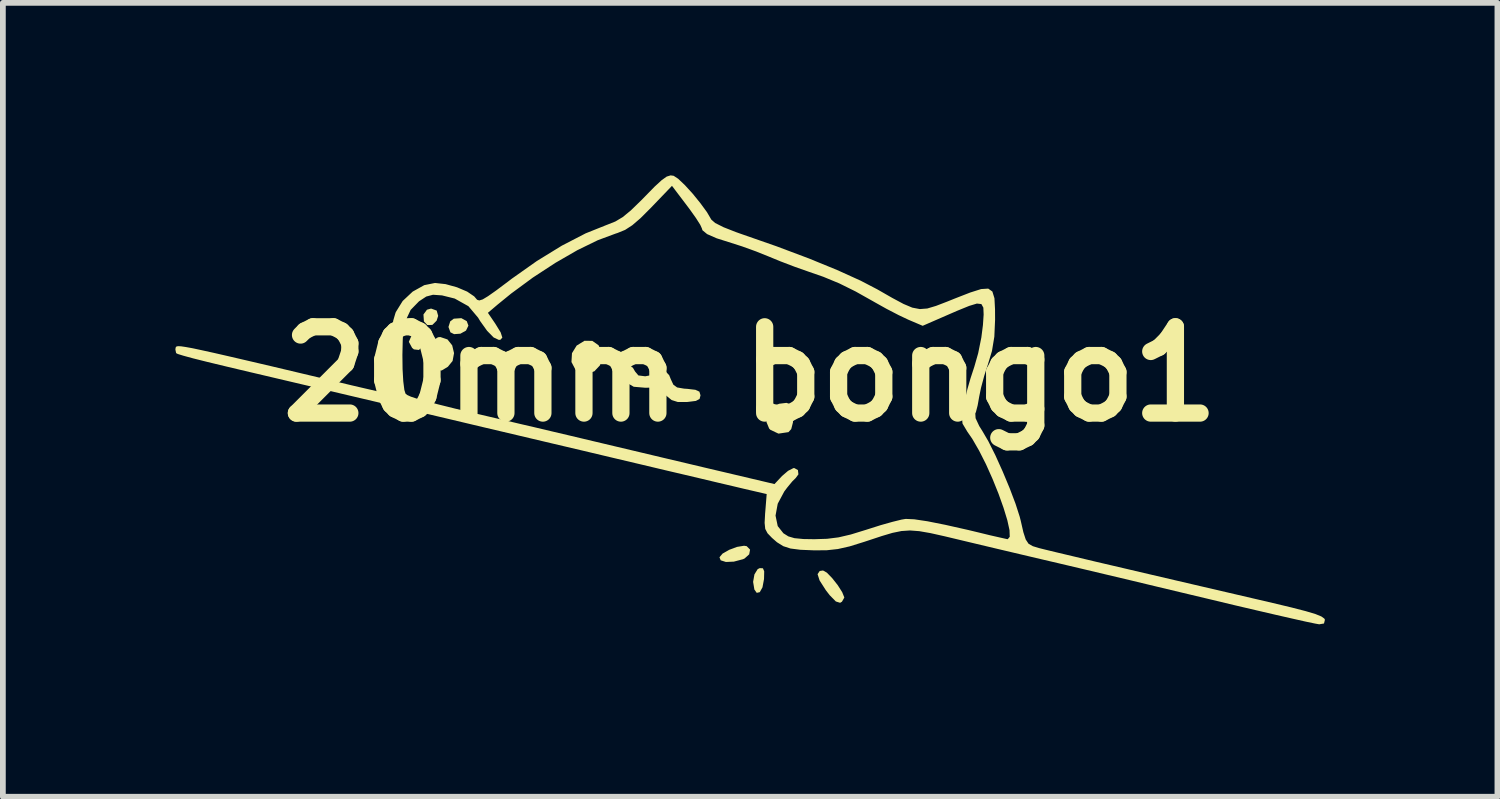
<source format=kicad_pcb>
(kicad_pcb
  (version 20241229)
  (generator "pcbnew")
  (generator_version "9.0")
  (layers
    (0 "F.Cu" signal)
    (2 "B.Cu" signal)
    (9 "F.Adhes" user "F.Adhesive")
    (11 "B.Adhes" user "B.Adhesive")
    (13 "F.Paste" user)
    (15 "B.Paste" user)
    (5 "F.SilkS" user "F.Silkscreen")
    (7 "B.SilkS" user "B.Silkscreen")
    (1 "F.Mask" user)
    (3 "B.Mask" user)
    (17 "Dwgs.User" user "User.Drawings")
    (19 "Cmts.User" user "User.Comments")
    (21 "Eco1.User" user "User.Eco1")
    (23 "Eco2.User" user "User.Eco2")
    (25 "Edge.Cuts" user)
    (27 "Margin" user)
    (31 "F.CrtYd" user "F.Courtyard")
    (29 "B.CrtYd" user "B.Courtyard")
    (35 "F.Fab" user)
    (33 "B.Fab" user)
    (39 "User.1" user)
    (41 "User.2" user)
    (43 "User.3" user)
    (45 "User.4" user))
  (footprint "20mm bongo1"
    (layer "F.Cu")
    (at 9.998 3.455)
    (property "Reference" "20mm bongo1" (at 0 0 0) (layer "F.SilkS") (effects (font (size 1.5 1.5) (thickness 0.3))))
    (attr board_only exclude_from_pos_files exclude_from_bom)
    (fp_poly (pts (xy -5.454 -1.104) (xy -5.428 -1.012) (xy -5.455 -0.928) (xy -5.53 -0.854) (xy -5.618 -0.853) (xy -5.676 -0.916) (xy -5.684 -1.036) (xy -5.623 -1.119) (xy -5.551 -1.139)) (stroke (width 0) (type solid)) (fill yes) (layer "F.SilkS"))
    (fp_poly (pts (xy -5.672 -0.648) (xy -5.655 -0.555) (xy -5.676 -0.506) (xy -5.762 -0.419) (xy -5.85 -0.429) (xy -5.881 -0.455) (xy -5.938 -0.56) (xy -5.898 -0.654) (xy -5.848 -0.69) (xy -5.745 -0.704)) (stroke (width 0) (type solid)) (fill yes) (layer "F.SilkS"))
    (fp_poly (pts (xy -4.931 -0.92) (xy -4.902 -0.842) (xy -4.944 -0.756) (xy -5.041 -0.702) (xy -5.151 -0.694) (xy -5.215 -0.726) (xy -5.249 -0.819) (xy -5.218 -0.917) (xy -5.156 -0.963) (xy -5.025 -0.972)) (stroke (width 0) (type solid)) (fill yes) (layer "F.SilkS"))
    (fp_poly (pts (xy 0.22 3.378) (xy 0.242 3.431) (xy 0.239 3.557) (xy 0.238 3.569) (xy 0.212 3.709) (xy 0.165 3.793) (xy 0.112 3.805) (xy 0.071 3.747) (xy 0.049 3.614) (xy 0.072 3.484) (xy 0.128 3.393) (xy 0.164 3.375)) (stroke (width 0) (type solid)) (fill yes) (layer "F.SilkS"))
    (fp_poly (pts (xy -2.747 -0.577) (xy -2.638 -0.5) (xy -2.579 -0.358) (xy -2.575 -0.301) (xy -2.614 -0.152) (xy -2.712 -0.048) (xy -2.843 -0.004) (xy -2.979 -0.031) (xy -3.041 -0.078) (xy -3.11 -0.209) (xy -3.101 -0.363) (xy -3.02 -0.495) (xy -2.883 -0.579)) (stroke (width 0) (type solid)) (fill yes) (layer "F.SilkS"))
    (fp_poly (pts (xy -0.063 2.993) (xy -0.004 3.053) (xy -0.019 3.135) (xy -0.099 3.207) (xy -0.127 3.22) (xy -0.286 3.262) (xy -0.424 3.268) (xy -0.515 3.239) (xy -0.536 3.186) (xy -0.482 3.122) (xy -0.368 3.057) (xy -0.231 3.006) (xy -0.109 2.986)) (stroke (width 0) (type solid)) (fill yes) (layer "F.SilkS"))
    (fp_poly (pts (xy -5.266 -0.602) (xy -5.184 -0.499) (xy -5.152 -0.364) (xy -5.177 -0.228) (xy -5.259 -0.127) (xy -5.367 -0.062) (xy -5.438 -0.067) (xy -5.509 -0.147) (xy -5.518 -0.16) (xy -5.585 -0.312) (xy -5.589 -0.46) (xy -5.534 -0.578) (xy -5.43 -0.64) (xy -5.391 -0.644)) (stroke (width 0) (type solid)) (fill yes) (layer "F.SilkS"))
    (fp_poly (pts (xy 0.665 0.512) (xy 0.719 0.579) (xy 0.744 0.701) (xy 0.742 0.841) (xy 0.712 0.957) (xy 0.664 1.01) (xy 0.49 1.036) (xy 0.35 0.97) (xy 0.328 0.948) (xy 0.281 0.834) (xy 0.306 0.707) (xy 0.385 0.593) (xy 0.499 0.517) (xy 0.628 0.501)) (stroke (width 0) (type solid)) (fill yes) (layer "F.SilkS"))
    (fp_poly (pts (xy 1.332 3.454) (xy 1.424 3.549) (xy 1.521 3.672) (xy 1.598 3.793) (xy 1.634 3.882) (xy 1.634 3.889) (xy 1.594 3.959) (xy 1.562 3.978) (xy 1.488 3.955) (xy 1.38 3.845) (xy 1.313 3.758) (xy 1.205 3.589) (xy 1.17 3.48) (xy 1.207 3.425) (xy 1.265 3.416)) (stroke (width 0) (type solid)) (fill yes) (layer "F.SilkS"))
    (fp_poly (pts (xy -2.043 -0.112) (xy -2.004 -0.045) (xy -1.946 0.024) (xy -1.827 0.039) (xy -1.637 0.002) (xy -1.547 -0.026) (xy -1.463 -0.035) (xy -1.411 0.019) (xy -1.382 0.091) (xy -1.338 0.185) (xy -1.272 0.233) (xy -1.15 0.254) (xy -1.098 0.257) (xy -0.954 0.274) (xy -0.885 0.306) (xy -0.867 0.366) (xy -0.866 0.371) (xy -0.882 0.433) (xy -0.946 0.467) (xy -1.081 0.484) (xy -1.103 0.486) (xy -1.261 0.486) (xy -1.368 0.452) (xy -1.47 0.369) (xy -1.477 0.362) (xy -1.589 0.27) (xy -1.705 0.236) (xy -1.828 0.238) (xy -2.027 0.221) (xy -2.163 0.142) (xy -2.225 0.008) (xy -2.228 -0.032) (xy -2.195 -0.123) (xy -2.121 -0.15)) (stroke (width 0) (type solid)) (fill yes) (layer "F.SilkS"))
    (fp_poly (pts (xy -1.333 -3.448) (xy -1.254 -3.396) (xy -1.137 -3.285) (xy -1.002 -3.137) (xy -0.869 -2.973) (xy -0.754 -2.816) (xy -0.679 -2.688) (xy -0.678 -2.686) (xy -0.611 -2.627) (xy -0.464 -2.553) (xy -0.253 -2.47) (xy -0.183 -2.445) (xy 0.453 -2.223) (xy 1.02 -2.01) (xy 1.511 -1.809) (xy 1.919 -1.624) (xy 2.207 -1.474) (xy 2.469 -1.324) (xy 2.665 -1.219) (xy 2.817 -1.155) (xy 2.948 -1.13) (xy 3.078 -1.14) (xy 3.229 -1.185) (xy 3.424 -1.26) (xy 3.558 -1.314) (xy 3.825 -1.418) (xy 4.014 -1.478) (xy 4.138 -1.486) (xy 4.21 -1.435) (xy 4.246 -1.318) (xy 4.256 -1.127) (xy 4.257 -0.944) (xy 4.244 -0.65) (xy 4.203 -0.402) (xy 4.135 -0.177) (xy 4.068 0.032) (xy 4.012 0.241) (xy 3.981 0.392) (xy 3.954 0.544) (xy 3.924 0.66) (xy 3.913 0.687) (xy 3.918 0.768) (xy 3.981 0.903) (xy 4.036 0.991) (xy 4.14 1.169) (xy 4.262 1.412) (xy 4.389 1.694) (xy 4.51 1.984) (xy 4.613 2.256) (xy 4.685 2.48) (xy 4.703 2.55) (xy 4.749 2.751) (xy 4.79 2.877) (xy 4.839 2.951) (xy 4.912 2.993) (xy 5.016 3.025) (xy 5.128 3.053) (xy 5.335 3.103) (xy 5.634 3.174) (xy 6.024 3.267) (xy 6.504 3.379) (xy 7.071 3.512) (xy 7.723 3.664) (xy 8.458 3.835) (xy 9.085 3.981) (xy 9.415 4.06) (xy 9.659 4.123) (xy 9.827 4.173) (xy 9.932 4.216) (xy 9.983 4.253) (xy 9.993 4.273) (xy 9.977 4.338) (xy 9.894 4.352) (xy 9.821 4.339) (xy 9.663 4.306) (xy 9.432 4.254) (xy 9.138 4.187) (xy 8.794 4.107) (xy 8.41 4.017) (xy 7.997 3.918) (xy 7.947 3.906) (xy 7.498 3.799) (xy 7.046 3.691) (xy 6.609 3.586) (xy 6.204 3.49) (xy 5.846 3.405) (xy 5.554 3.336) (xy 5.372 3.293) (xy 5.064 3.221) (xy 4.695 3.134) (xy 4.301 3.041) (xy 3.919 2.95) (xy 3.709 2.9) (xy 3.383 2.822) (xy 3.133 2.766) (xy 2.938 2.732) (xy 2.777 2.72) (xy 2.629 2.73) (xy 2.472 2.762) (xy 2.287 2.817) (xy 2.051 2.895) (xy 1.981 2.918) (xy 1.727 2.997) (xy 1.523 3.043) (xy 1.331 3.064) (xy 1.115 3.066) (xy 0.871 3.056) (xy 0.699 3.034) (xy 0.573 2.993) (xy 0.464 2.925) (xy 0.377 2.849) (xy 0.3 2.769) (xy 0.26 2.693) (xy 0.249 2.588) (xy 0.258 2.42) (xy 0.26 2.401) (xy 0.285 2.087) (xy 0.031 2.028) (xy -0.099 1.998) (xy -0.305 1.949) (xy -0.565 1.888) (xy -0.859 1.818) (xy -1.139 1.752) (xy -1.476 1.673) (xy -1.888 1.575) (xy -2.362 1.463) (xy -2.888 1.338) (xy -3.453 1.205) (xy -4.045 1.065) (xy -4.652 0.922) (xy -5.262 0.777) (xy -5.864 0.635) (xy -6.444 0.498) (xy -6.992 0.369) (xy -7.495 0.25) (xy -7.941 0.145) (xy -8.319 0.056) (xy -8.616 -0.014) (xy -8.689 -0.031) (xy -9.111 -0.131) (xy -9.443 -0.211) (xy -9.69 -0.273) (xy -9.859 -0.319) (xy -9.956 -0.349) (xy -9.985 -0.364) (xy -9.998 -0.427) (xy -9.994 -0.457) (xy -9.988 -0.471) (xy -9.975 -0.481) (xy -9.946 -0.485) (xy -9.896 -0.482) (xy -9.816 -0.47) (xy -9.7 -0.449) (xy -9.541 -0.415) (xy -9.332 -0.369) (xy -9.066 -0.308) (xy -8.735 -0.231) (xy -8.333 -0.137) (xy -7.853 -0.023) (xy -7.288 0.111) (xy -6.924 0.198) (xy -6.688 0.253) (xy -6.489 0.299) (xy -6.345 0.332) (xy -6.274 0.346) (xy -6.271 0.347) (xy -6.261 0.3) (xy -6.254 0.174) (xy -6.249 -0.014) (xy -6.248 -0.244) (xy -6.248 -0.26) (xy -6.247 -0.333) (xy -6.05 -0.333) (xy -6.047 -0.086) (xy -6.035 0.125) (xy -6.016 0.276) (xy -5.996 0.34) (xy -5.967 0.364) (xy -5.903 0.393) (xy -5.795 0.429) (xy -5.635 0.474) (xy -5.414 0.531) (xy -5.125 0.603) (xy -4.758 0.69) (xy -4.306 0.796) (xy -4.134 0.836) (xy -3.982 0.872) (xy -3.749 0.926) (xy -3.454 0.996) (xy -3.114 1.076) (xy -2.744 1.164) (xy -2.361 1.255) (xy -2.327 1.263) (xy -1.926 1.358) (xy -1.518 1.455) (xy -1.124 1.548) (xy -0.766 1.633) (xy -0.464 1.704) (xy -0.248 1.755) (xy 0.421 1.913) (xy 0.552 1.773) (xy 0.657 1.683) (xy 0.749 1.636) (xy 0.763 1.634) (xy 0.828 1.669) (xy 0.837 1.744) (xy 0.789 1.809) (xy 0.731 1.866) (xy 0.642 1.974) (xy 0.591 2.042) (xy 0.477 2.255) (xy 0.439 2.462) (xy 0.477 2.644) (xy 0.576 2.769) (xy 0.662 2.823) (xy 0.768 2.854) (xy 0.923 2.869) (xy 1.114 2.872) (xy 1.335 2.865) (xy 1.535 2.84) (xy 1.749 2.79) (xy 2.015 2.708) (xy 2.04 2.7) (xy 2.267 2.628) (xy 2.473 2.57) (xy 2.631 2.531) (xy 2.703 2.519) (xy 2.852 2.526) (xy 3.08 2.56) (xy 3.391 2.622) (xy 3.791 2.712) (xy 3.97 2.755) (xy 4.175 2.805) (xy 4.343 2.843) (xy 4.45 2.867) (xy 4.477 2.872) (xy 4.512 2.83) (xy 4.508 2.715) (xy 4.47 2.542) (xy 4.404 2.326) (xy 4.317 2.082) (xy 4.213 1.824) (xy 4.099 1.569) (xy 3.979 1.332) (xy 3.86 1.126) (xy 3.775 1.003) (xy 3.691 0.862) (xy 3.678 0.738) (xy 3.684 0.706) (xy 3.715 0.557) (xy 3.744 0.396) (xy 3.776 0.261) (xy 3.83 0.074) (xy 3.895 -0.124) (xy 3.963 -0.362) (xy 4.018 -0.635) (xy 4.046 -0.854) (xy 4.058 -1.035) (xy 4.053 -1.155) (xy 4.019 -1.217) (xy 3.941 -1.226) (xy 3.806 -1.185) (xy 3.6 -1.101) (xy 3.457 -1.039) (xy 2.998 -0.839) (xy 2.749 -0.945) (xy 2.58 -1.025) (xy 2.37 -1.134) (xy 2.164 -1.249) (xy 2.154 -1.255) (xy 1.83 -1.437) (xy 1.547 -1.577) (xy 1.269 -1.692) (xy 1.015 -1.78) (xy 0.779 -1.863) (xy 0.517 -1.963) (xy 0.323 -2.043) (xy 0.099 -2.133) (xy -0.142 -2.22) (xy -0.326 -2.279) (xy -0.585 -2.361) (xy -0.751 -2.434) (xy -0.832 -2.501) (xy -0.842 -2.533) (xy -0.87 -2.595) (xy -0.945 -2.713) (xy -1.054 -2.866) (xy -1.102 -2.93) (xy -1.362 -3.273) (xy -1.725 -2.895) (xy -1.909 -2.711) (xy -2.052 -2.588) (xy -2.177 -2.507) (xy -2.307 -2.454) (xy -2.344 -2.442) (xy -2.651 -2.328) (xy -3.006 -2.155) (xy -3.389 -1.934) (xy -3.781 -1.678) (xy -4.16 -1.399) (xy -4.398 -1.205) (xy -4.563 -1.065) (xy -4.435 -0.877) (xy -4.341 -0.724) (xy -4.312 -0.634) (xy -4.345 -0.597) (xy -4.373 -0.594) (xy -4.463 -0.636) (xy -4.576 -0.751) (xy -4.697 -0.92) (xy -4.734 -0.981) (xy -4.902 -1.18) (xy -5.14 -1.313) (xy -5.361 -1.368) (xy -5.518 -1.379) (xy -5.635 -1.348) (xy -5.761 -1.265) (xy -5.907 -1.115) (xy -5.997 -0.923) (xy -6.04 -0.666) (xy -6.044 -0.594) (xy -6.05 -0.333) (xy -6.247 -0.333) (xy -6.245 -0.553) (xy -6.233 -0.77) (xy -6.209 -0.932) (xy -6.171 -1.061) (xy -6.164 -1.079) (xy -6.045 -1.271) (xy -5.871 -1.434) (xy -5.67 -1.546) (xy -5.483 -1.584) (xy -5.299 -1.564) (xy -5.101 -1.509) (xy -4.924 -1.434) (xy -4.802 -1.351) (xy -4.782 -1.328) (xy -4.751 -1.292) (xy -4.713 -1.28) (xy -4.654 -1.298) (xy -4.561 -1.354) (xy -4.419 -1.454) (xy -4.216 -1.606) (xy -4.152 -1.655) (xy -3.713 -1.965) (xy -3.277 -2.233) (xy -2.863 -2.447) (xy -2.491 -2.596) (xy -2.485 -2.598) (xy -2.347 -2.653) (xy -2.218 -2.73) (xy -2.076 -2.847) (xy -1.9 -3.018) (xy -1.837 -3.082) (xy -1.664 -3.259) (xy -1.541 -3.372) (xy -1.454 -3.434) (xy -1.386 -3.455)) (stroke (width 0) (type solid)) (fill yes) (layer "F.SilkS")))
  (gr_rect
    (start -3 -3)
    (end 22.991 10.806)
    (stroke (width 0.1) (type default))
    (fill no)
    (layer "Edge.Cuts")))
</source>
